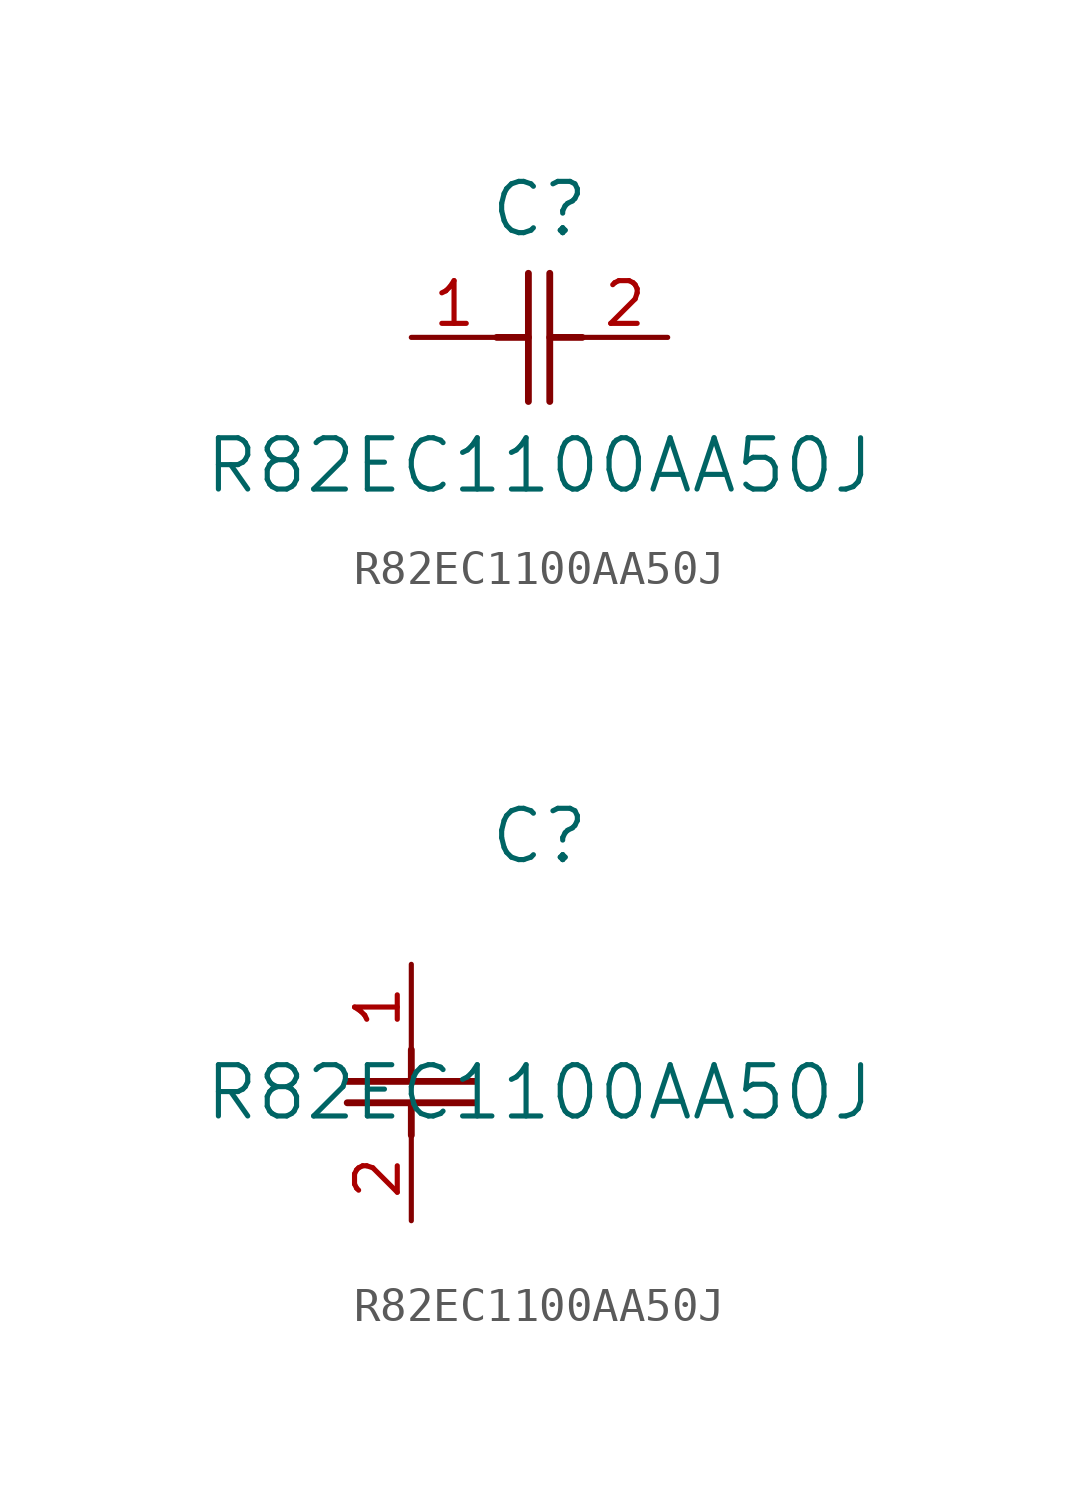
<source format=kicad_sym>
(kicad_symbol_lib
  (version 20211014)
  (generator kicad_symbol_editor)
  (symbol "R82EC1100AA50J"
    (pin_names
      (offset 0.254))
    (property "Reference" "C"
      (at 3.81 3.81 0)
      (effects (font (size 1.524 1.524))))
    (property "Value" "R82EC1100AA50J"
      (at 3.81 -3.81 0)
      (effects (font (size 1.524 1.524))))
    (symbol "R82EC1100AA50J_1_1"
      (polyline (pts (xy 3.48 -1.905) (xy 3.48 1.905)) (stroke (width 0.203) (type default) (color 0 0 0 0)) (fill (type none)))
      (polyline (pts (xy 4.115 -1.905) (xy 4.115 1.905)) (stroke (width 0.203) (type default) (color 0 0 0 0)) (fill (type none)))
      (polyline (pts (xy 4.115 0) (xy 5.08 0)) (stroke (width 0.203) (type default) (color 0 0 0 0)) (fill (type none)))
      (polyline (pts (xy 2.54 0) (xy 3.48 0)) (stroke (width 0.203) (type default) (color 0 0 0 0)) (fill (type none)))
      (pin unspecified line (at 0 0 0) (length 2.54) (name "" (effects (font (size 1.27 1.27)))) (number "1" (effects (font (size 1.27 1.27)))))
      (pin unspecified line (at 7.62 0 180) (length 2.54) (name "" (effects (font (size 1.27 1.27)))) (number "2" (effects (font (size 1.27 1.27))))))
    (symbol "R82EC1100AA50J_1_2"
      (polyline (pts (xy -1.905 -3.48) (xy 1.905 -3.48)) (stroke (width 0.203) (type default) (color 0 0 0 0)) (fill (type none)))
      (polyline (pts (xy -1.905 -4.115) (xy 1.905 -4.115)) (stroke (width 0.203) (type default) (color 0 0 0 0)) (fill (type none)))
      (polyline (pts (xy 0 -4.115) (xy 0 -5.08)) (stroke (width 0.203) (type default) (color 0 0 0 0)) (fill (type none)))
      (polyline (pts (xy 0 -2.54) (xy 0 -3.48)) (stroke (width 0.203) (type default) (color 0 0 0 0)) (fill (type none)))
      (pin unspecified line (at 0 0 270) (length 2.54) (name "" (effects (font (size 1.27 1.27)))) (number "1" (effects (font (size 1.27 1.27)))))
      (pin unspecified line (at 0 -7.62 90) (length 2.54) (name "" (effects (font (size 1.27 1.27)))) (number "2" (effects (font (size 1.27 1.27))))))))
</source>
